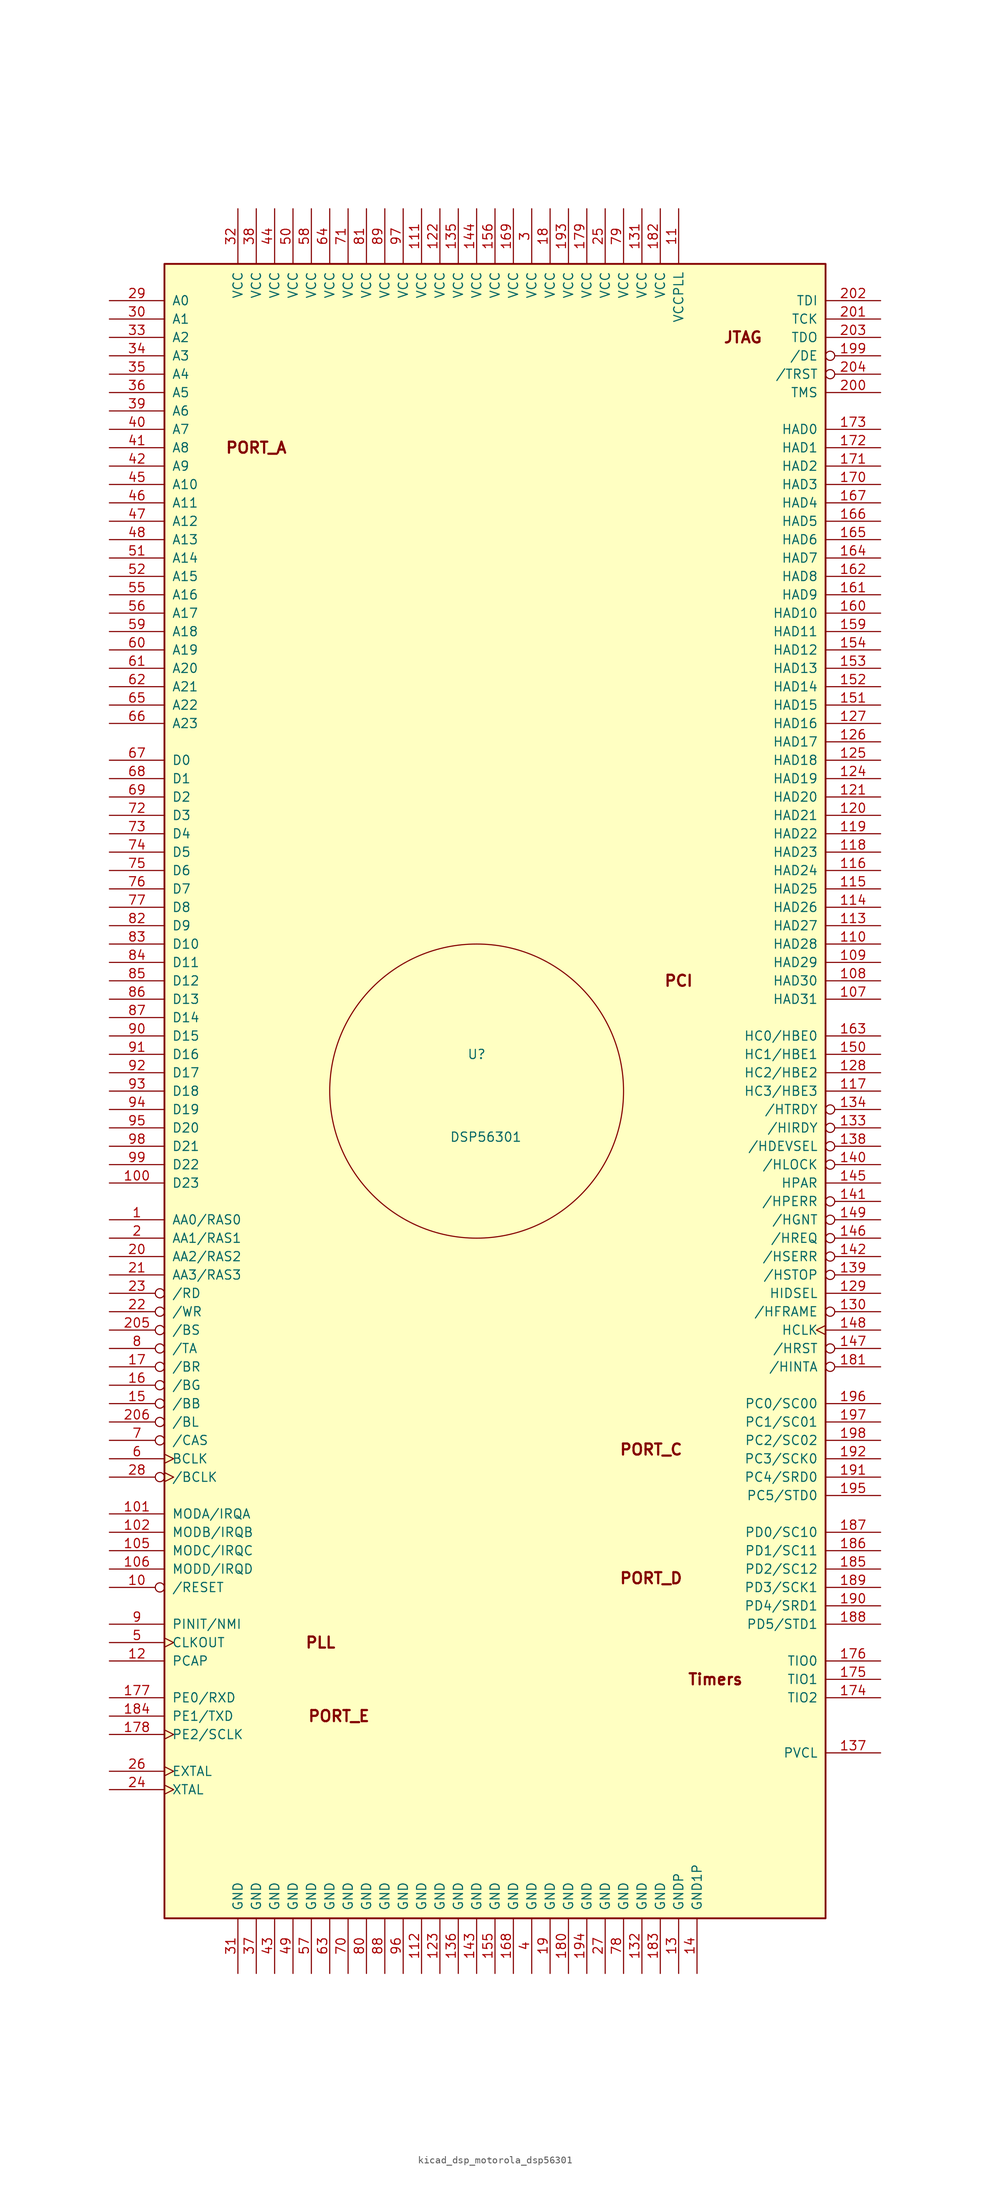
<source format=kicad_sym>
(kicad_symbol_lib
  (version 20220914)
  (generator kicad_symbol_editor)
  (symbol "kicad_dsp_motorola_dsp56301"
    (pin_names
      (offset 1.016))
    (property "Reference" "U"
      (at 0 2.54 0)
      (effects (font (size 1.27 1.27))))
    (property "Value" "DSP56301"
      (at 1.27 -8.89 0)
      (effects (font (size 1.27 1.27))))
    (symbol "kicad_dsp_motorola_dsp56301_0_1"
      (rectangle (start -43.18 111.76) (end 48.26 -116.84) (stroke (width 0.254) (type default)) (fill (type background)))
      (circle (center 0 -2.54) (radius 20.32) (stroke (width 0) (type default)) (fill (type none)))
      (text "JTAG" (at 36.83 101.6 0) (effects (font (size 1.524 1.524) bold)))
      (text "PCI" (at 27.94 12.7 0) (effects (font (size 1.524 1.524) bold)))
      (text "PLL" (at -21.59 -78.74 0) (effects (font (size 1.524 1.524) bold)))
      (text "PORT_A" (at -30.48 86.36 0) (effects (font (size 1.524 1.524) bold)))
      (text "PORT_C" (at 24.13 -52.07 0) (effects (font (size 1.524 1.524) bold)))
      (text "PORT_D" (at 24.13 -69.85 0) (effects (font (size 1.524 1.524) bold)))
      (text "PORT_E" (at -19.05 -88.9 0) (effects (font (size 1.524 1.524) bold)))
      (text "Timers" (at 33.02 -83.82 0) (effects (font (size 1.524 1.524) bold))))
    (symbol "kicad_dsp_motorola_dsp56301_1_1"
      (pin output line (at -50.8 -20.32 0) (length 7.62) (name "AA0/RAS0" (effects (font (size 1.27 1.27)))) (number "1" (effects (font (size 1.27 1.27)))))
      (pin input inverted (at -50.8 -71.12 0) (length 7.62) (name "/RESET" (effects (font (size 1.27 1.27)))) (number "10" (effects (font (size 1.27 1.27)))))
      (pin bidirectional line (at -50.8 -15.24 0) (length 7.62) (name "D23" (effects (font (size 1.27 1.27)))) (number "100" (effects (font (size 1.27 1.27)))))
      (pin input line (at -50.8 -60.96 0) (length 7.62) (name "MODA/IRQA" (effects (font (size 1.27 1.27)))) (number "101" (effects (font (size 1.27 1.27)))))
      (pin input line (at -50.8 -63.5 0) (length 7.62) (name "MODB/IRQB" (effects (font (size 1.27 1.27)))) (number "102" (effects (font (size 1.27 1.27)))))
      (pin input line (at -50.8 -66.04 0) (length 7.62) (name "MODC/IRQC" (effects (font (size 1.27 1.27)))) (number "105" (effects (font (size 1.27 1.27)))))
      (pin input line (at -50.8 -68.58 0) (length 7.62) (name "MODD/IRQD" (effects (font (size 1.27 1.27)))) (number "106" (effects (font (size 1.27 1.27)))))
      (pin bidirectional line (at 55.88 10.16 180) (length 7.62) (name "HAD31" (effects (font (size 1.27 1.27)))) (number "107" (effects (font (size 1.27 1.27)))))
      (pin bidirectional line (at 55.88 12.7 180) (length 7.62) (name "HAD30" (effects (font (size 1.27 1.27)))) (number "108" (effects (font (size 1.27 1.27)))))
      (pin bidirectional line (at 55.88 15.24 180) (length 7.62) (name "HAD29" (effects (font (size 1.27 1.27)))) (number "109" (effects (font (size 1.27 1.27)))))
      (pin power_in line (at 27.94 119.38 270) (length 7.62) (name "VCCPLL" (effects (font (size 1.27 1.27)))) (number "11" (effects (font (size 1.27 1.27)))))
      (pin bidirectional line (at 55.88 17.78 180) (length 7.62) (name "HAD28" (effects (font (size 1.27 1.27)))) (number "110" (effects (font (size 1.27 1.27)))))
      (pin power_in line (at -7.62 119.38 270) (length 7.62) (name "VCC" (effects (font (size 1.27 1.27)))) (number "111" (effects (font (size 1.27 1.27)))))
      (pin power_in line (at -7.62 -124.46 90) (length 7.62) (name "GND" (effects (font (size 1.27 1.27)))) (number "112" (effects (font (size 1.27 1.27)))))
      (pin bidirectional line (at 55.88 20.32 180) (length 7.62) (name "HAD27" (effects (font (size 1.27 1.27)))) (number "113" (effects (font (size 1.27 1.27)))))
      (pin bidirectional line (at 55.88 22.86 180) (length 7.62) (name "HAD26" (effects (font (size 1.27 1.27)))) (number "114" (effects (font (size 1.27 1.27)))))
      (pin bidirectional line (at 55.88 25.4 180) (length 7.62) (name "HAD25" (effects (font (size 1.27 1.27)))) (number "115" (effects (font (size 1.27 1.27)))))
      (pin bidirectional line (at 55.88 27.94 180) (length 7.62) (name "HAD24" (effects (font (size 1.27 1.27)))) (number "116" (effects (font (size 1.27 1.27)))))
      (pin bidirectional line (at 55.88 -2.54 180) (length 7.62) (name "HC3/HBE3" (effects (font (size 1.27 1.27)))) (number "117" (effects (font (size 1.27 1.27)))))
      (pin bidirectional line (at 55.88 30.48 180) (length 7.62) (name "HAD23" (effects (font (size 1.27 1.27)))) (number "118" (effects (font (size 1.27 1.27)))))
      (pin bidirectional line (at 55.88 33.02 180) (length 7.62) (name "HAD22" (effects (font (size 1.27 1.27)))) (number "119" (effects (font (size 1.27 1.27)))))
      (pin input line (at -50.8 -81.28 0) (length 7.62) (name "PCAP" (effects (font (size 1.27 1.27)))) (number "12" (effects (font (size 1.27 1.27)))))
      (pin bidirectional line (at 55.88 35.56 180) (length 7.62) (name "HAD21" (effects (font (size 1.27 1.27)))) (number "120" (effects (font (size 1.27 1.27)))))
      (pin bidirectional line (at 55.88 38.1 180) (length 7.62) (name "HAD20" (effects (font (size 1.27 1.27)))) (number "121" (effects (font (size 1.27 1.27)))))
      (pin power_in line (at -5.08 119.38 270) (length 7.62) (name "VCC" (effects (font (size 1.27 1.27)))) (number "122" (effects (font (size 1.27 1.27)))))
      (pin power_in line (at -5.08 -124.46 90) (length 7.62) (name "GND" (effects (font (size 1.27 1.27)))) (number "123" (effects (font (size 1.27 1.27)))))
      (pin bidirectional line (at 55.88 40.64 180) (length 7.62) (name "HAD19" (effects (font (size 1.27 1.27)))) (number "124" (effects (font (size 1.27 1.27)))))
      (pin bidirectional line (at 55.88 43.18 180) (length 7.62) (name "HAD18" (effects (font (size 1.27 1.27)))) (number "125" (effects (font (size 1.27 1.27)))))
      (pin bidirectional line (at 55.88 45.72 180) (length 7.62) (name "HAD17" (effects (font (size 1.27 1.27)))) (number "126" (effects (font (size 1.27 1.27)))))
      (pin bidirectional line (at 55.88 48.26 180) (length 7.62) (name "HAD16" (effects (font (size 1.27 1.27)))) (number "127" (effects (font (size 1.27 1.27)))))
      (pin bidirectional line (at 55.88 0 180) (length 7.62) (name "HC2/HBE2" (effects (font (size 1.27 1.27)))) (number "128" (effects (font (size 1.27 1.27)))))
      (pin input line (at 55.88 -30.48 180) (length 7.62) (name "HIDSEL" (effects (font (size 1.27 1.27)))) (number "129" (effects (font (size 1.27 1.27)))))
      (pin power_in line (at 27.94 -124.46 90) (length 7.62) (name "GNDP" (effects (font (size 1.27 1.27)))) (number "13" (effects (font (size 1.27 1.27)))))
      (pin bidirectional inverted (at 55.88 -33.02 180) (length 7.62) (name "/HFRAME" (effects (font (size 1.27 1.27)))) (number "130" (effects (font (size 1.27 1.27)))))
      (pin power_in line (at 22.86 119.38 270) (length 7.62) (name "VCC" (effects (font (size 1.27 1.27)))) (number "131" (effects (font (size 1.27 1.27)))))
      (pin power_in line (at 22.86 -124.46 90) (length 7.62) (name "GND" (effects (font (size 1.27 1.27)))) (number "132" (effects (font (size 1.27 1.27)))))
      (pin bidirectional inverted (at 55.88 -7.62 180) (length 7.62) (name "/HIRDY" (effects (font (size 1.27 1.27)))) (number "133" (effects (font (size 1.27 1.27)))))
      (pin bidirectional inverted (at 55.88 -5.08 180) (length 7.62) (name "/HTRDY" (effects (font (size 1.27 1.27)))) (number "134" (effects (font (size 1.27 1.27)))))
      (pin power_in line (at -2.54 119.38 270) (length 7.62) (name "VCC" (effects (font (size 1.27 1.27)))) (number "135" (effects (font (size 1.27 1.27)))))
      (pin power_in line (at -2.54 -124.46 90) (length 7.62) (name "GND" (effects (font (size 1.27 1.27)))) (number "136" (effects (font (size 1.27 1.27)))))
      (pin input line (at 55.88 -93.98 180) (length 7.62) (name "PVCL" (effects (font (size 1.27 1.27)))) (number "137" (effects (font (size 1.27 1.27)))))
      (pin bidirectional inverted (at 55.88 -10.16 180) (length 7.62) (name "/HDEVSEL" (effects (font (size 1.27 1.27)))) (number "138" (effects (font (size 1.27 1.27)))))
      (pin bidirectional inverted (at 55.88 -27.94 180) (length 7.62) (name "/HSTOP" (effects (font (size 1.27 1.27)))) (number "139" (effects (font (size 1.27 1.27)))))
      (pin power_in line (at 30.48 -124.46 90) (length 7.62) (name "GND1P" (effects (font (size 1.27 1.27)))) (number "14" (effects (font (size 1.27 1.27)))))
      (pin bidirectional inverted (at 55.88 -12.7 180) (length 7.62) (name "/HLOCK" (effects (font (size 1.27 1.27)))) (number "140" (effects (font (size 1.27 1.27)))))
      (pin bidirectional inverted (at 55.88 -17.78 180) (length 7.62) (name "/HPERR" (effects (font (size 1.27 1.27)))) (number "141" (effects (font (size 1.27 1.27)))))
      (pin output inverted (at 55.88 -25.4 180) (length 7.62) (name "/HSERR" (effects (font (size 1.27 1.27)))) (number "142" (effects (font (size 1.27 1.27)))))
      (pin power_in line (at 0 -124.46 90) (length 7.62) (name "GND" (effects (font (size 1.27 1.27)))) (number "143" (effects (font (size 1.27 1.27)))))
      (pin power_in line (at 0 119.38 270) (length 7.62) (name "VCC" (effects (font (size 1.27 1.27)))) (number "144" (effects (font (size 1.27 1.27)))))
      (pin bidirectional line (at 55.88 -15.24 180) (length 7.62) (name "HPAR" (effects (font (size 1.27 1.27)))) (number "145" (effects (font (size 1.27 1.27)))))
      (pin output inverted (at 55.88 -22.86 180) (length 7.62) (name "/HREQ" (effects (font (size 1.27 1.27)))) (number "146" (effects (font (size 1.27 1.27)))))
      (pin input inverted (at 55.88 -38.1 180) (length 7.62) (name "/HRST" (effects (font (size 1.27 1.27)))) (number "147" (effects (font (size 1.27 1.27)))))
      (pin input clock (at 55.88 -35.56 180) (length 7.62) (name "HCLK" (effects (font (size 1.27 1.27)))) (number "148" (effects (font (size 1.27 1.27)))))
      (pin input inverted (at 55.88 -20.32 180) (length 7.62) (name "/HGNT" (effects (font (size 1.27 1.27)))) (number "149" (effects (font (size 1.27 1.27)))))
      (pin bidirectional inverted (at -50.8 -45.72 0) (length 7.62) (name "/BB" (effects (font (size 1.27 1.27)))) (number "15" (effects (font (size 1.27 1.27)))))
      (pin bidirectional line (at 55.88 2.54 180) (length 7.62) (name "HC1/HBE1" (effects (font (size 1.27 1.27)))) (number "150" (effects (font (size 1.27 1.27)))))
      (pin bidirectional line (at 55.88 50.8 180) (length 7.62) (name "HAD15" (effects (font (size 1.27 1.27)))) (number "151" (effects (font (size 1.27 1.27)))))
      (pin bidirectional line (at 55.88 53.34 180) (length 7.62) (name "HAD14" (effects (font (size 1.27 1.27)))) (number "152" (effects (font (size 1.27 1.27)))))
      (pin bidirectional line (at 55.88 55.88 180) (length 7.62) (name "HAD13" (effects (font (size 1.27 1.27)))) (number "153" (effects (font (size 1.27 1.27)))))
      (pin bidirectional line (at 55.88 58.42 180) (length 7.62) (name "HAD12" (effects (font (size 1.27 1.27)))) (number "154" (effects (font (size 1.27 1.27)))))
      (pin power_in line (at 2.54 -124.46 90) (length 7.62) (name "GND" (effects (font (size 1.27 1.27)))) (number "155" (effects (font (size 1.27 1.27)))))
      (pin power_in line (at 2.54 119.38 270) (length 7.62) (name "VCC" (effects (font (size 1.27 1.27)))) (number "156" (effects (font (size 1.27 1.27)))))
      (pin bidirectional line (at 55.88 60.96 180) (length 7.62) (name "HAD11" (effects (font (size 1.27 1.27)))) (number "159" (effects (font (size 1.27 1.27)))))
      (pin input inverted (at -50.8 -43.18 0) (length 7.62) (name "/BG" (effects (font (size 1.27 1.27)))) (number "16" (effects (font (size 1.27 1.27)))))
      (pin bidirectional line (at 55.88 63.5 180) (length 7.62) (name "HAD10" (effects (font (size 1.27 1.27)))) (number "160" (effects (font (size 1.27 1.27)))))
      (pin bidirectional line (at 55.88 66.04 180) (length 7.62) (name "HAD9" (effects (font (size 1.27 1.27)))) (number "161" (effects (font (size 1.27 1.27)))))
      (pin bidirectional line (at 55.88 68.58 180) (length 7.62) (name "HAD8" (effects (font (size 1.27 1.27)))) (number "162" (effects (font (size 1.27 1.27)))))
      (pin bidirectional line (at 55.88 5.08 180) (length 7.62) (name "HC0/HBE0" (effects (font (size 1.27 1.27)))) (number "163" (effects (font (size 1.27 1.27)))))
      (pin bidirectional line (at 55.88 71.12 180) (length 7.62) (name "HAD7" (effects (font (size 1.27 1.27)))) (number "164" (effects (font (size 1.27 1.27)))))
      (pin bidirectional line (at 55.88 73.66 180) (length 7.62) (name "HAD6" (effects (font (size 1.27 1.27)))) (number "165" (effects (font (size 1.27 1.27)))))
      (pin bidirectional line (at 55.88 76.2 180) (length 7.62) (name "HAD5" (effects (font (size 1.27 1.27)))) (number "166" (effects (font (size 1.27 1.27)))))
      (pin bidirectional line (at 55.88 78.74 180) (length 7.62) (name "HAD4" (effects (font (size 1.27 1.27)))) (number "167" (effects (font (size 1.27 1.27)))))
      (pin power_in line (at 5.08 -124.46 90) (length 7.62) (name "GND" (effects (font (size 1.27 1.27)))) (number "168" (effects (font (size 1.27 1.27)))))
      (pin power_in line (at 5.08 119.38 270) (length 7.62) (name "VCC" (effects (font (size 1.27 1.27)))) (number "169" (effects (font (size 1.27 1.27)))))
      (pin output inverted (at -50.8 -40.64 0) (length 7.62) (name "/BR" (effects (font (size 1.27 1.27)))) (number "17" (effects (font (size 1.27 1.27)))))
      (pin bidirectional line (at 55.88 81.28 180) (length 7.62) (name "HAD3" (effects (font (size 1.27 1.27)))) (number "170" (effects (font (size 1.27 1.27)))))
      (pin bidirectional line (at 55.88 83.82 180) (length 7.62) (name "HAD2" (effects (font (size 1.27 1.27)))) (number "171" (effects (font (size 1.27 1.27)))))
      (pin bidirectional line (at 55.88 86.36 180) (length 7.62) (name "HAD1" (effects (font (size 1.27 1.27)))) (number "172" (effects (font (size 1.27 1.27)))))
      (pin bidirectional line (at 55.88 88.9 180) (length 7.62) (name "HAD0" (effects (font (size 1.27 1.27)))) (number "173" (effects (font (size 1.27 1.27)))))
      (pin bidirectional line (at 55.88 -86.36 180) (length 7.62) (name "TIO2" (effects (font (size 1.27 1.27)))) (number "174" (effects (font (size 1.27 1.27)))))
      (pin bidirectional line (at 55.88 -83.82 180) (length 7.62) (name "TIO1" (effects (font (size 1.27 1.27)))) (number "175" (effects (font (size 1.27 1.27)))))
      (pin bidirectional line (at 55.88 -81.28 180) (length 7.62) (name "TIO0" (effects (font (size 1.27 1.27)))) (number "176" (effects (font (size 1.27 1.27)))))
      (pin bidirectional line (at -50.8 -86.36 0) (length 7.62) (name "PE0/RXD" (effects (font (size 1.27 1.27)))) (number "177" (effects (font (size 1.27 1.27)))))
      (pin bidirectional clock (at -50.8 -91.44 0) (length 7.62) (name "PE2/SCLK" (effects (font (size 1.27 1.27)))) (number "178" (effects (font (size 1.27 1.27)))))
      (pin power_in line (at 15.24 119.38 270) (length 7.62) (name "VCC" (effects (font (size 1.27 1.27)))) (number "179" (effects (font (size 1.27 1.27)))))
      (pin power_in line (at 10.16 119.38 270) (length 7.62) (name "VCC" (effects (font (size 1.27 1.27)))) (number "18" (effects (font (size 1.27 1.27)))))
      (pin power_in line (at 12.7 -124.46 90) (length 7.62) (name "GND" (effects (font (size 1.27 1.27)))) (number "180" (effects (font (size 1.27 1.27)))))
      (pin output inverted (at 55.88 -40.64 180) (length 7.62) (name "/HINTA" (effects (font (size 1.27 1.27)))) (number "181" (effects (font (size 1.27 1.27)))))
      (pin power_in line (at 25.4 119.38 270) (length 7.62) (name "VCC" (effects (font (size 1.27 1.27)))) (number "182" (effects (font (size 1.27 1.27)))))
      (pin power_in line (at 25.4 -124.46 90) (length 7.62) (name "GND" (effects (font (size 1.27 1.27)))) (number "183" (effects (font (size 1.27 1.27)))))
      (pin bidirectional line (at -50.8 -88.9 0) (length 7.62) (name "PE1/TXD" (effects (font (size 1.27 1.27)))) (number "184" (effects (font (size 1.27 1.27)))))
      (pin bidirectional line (at 55.88 -68.58 180) (length 7.62) (name "PD2/SC12" (effects (font (size 1.27 1.27)))) (number "185" (effects (font (size 1.27 1.27)))))
      (pin bidirectional line (at 55.88 -66.04 180) (length 7.62) (name "PD1/SC11" (effects (font (size 1.27 1.27)))) (number "186" (effects (font (size 1.27 1.27)))))
      (pin bidirectional line (at 55.88 -63.5 180) (length 7.62) (name "PD0/SC10" (effects (font (size 1.27 1.27)))) (number "187" (effects (font (size 1.27 1.27)))))
      (pin bidirectional line (at 55.88 -76.2 180) (length 7.62) (name "PD5/STD1" (effects (font (size 1.27 1.27)))) (number "188" (effects (font (size 1.27 1.27)))))
      (pin bidirectional line (at 55.88 -71.12 180) (length 7.62) (name "PD3/SCK1" (effects (font (size 1.27 1.27)))) (number "189" (effects (font (size 1.27 1.27)))))
      (pin power_in line (at 10.16 -124.46 90) (length 7.62) (name "GND" (effects (font (size 1.27 1.27)))) (number "19" (effects (font (size 1.27 1.27)))))
      (pin bidirectional line (at 55.88 -73.66 180) (length 7.62) (name "PD4/SRD1" (effects (font (size 1.27 1.27)))) (number "190" (effects (font (size 1.27 1.27)))))
      (pin bidirectional line (at 55.88 -55.88 180) (length 7.62) (name "PC4/SRD0" (effects (font (size 1.27 1.27)))) (number "191" (effects (font (size 1.27 1.27)))))
      (pin bidirectional line (at 55.88 -53.34 180) (length 7.62) (name "PC3/SCK0" (effects (font (size 1.27 1.27)))) (number "192" (effects (font (size 1.27 1.27)))))
      (pin power_in line (at 12.7 119.38 270) (length 7.62) (name "VCC" (effects (font (size 1.27 1.27)))) (number "193" (effects (font (size 1.27 1.27)))))
      (pin power_in line (at 15.24 -124.46 90) (length 7.62) (name "GND" (effects (font (size 1.27 1.27)))) (number "194" (effects (font (size 1.27 1.27)))))
      (pin bidirectional line (at 55.88 -58.42 180) (length 7.62) (name "PC5/STD0" (effects (font (size 1.27 1.27)))) (number "195" (effects (font (size 1.27 1.27)))))
      (pin bidirectional line (at 55.88 -45.72 180) (length 7.62) (name "PC0/SC00" (effects (font (size 1.27 1.27)))) (number "196" (effects (font (size 1.27 1.27)))))
      (pin bidirectional line (at 55.88 -48.26 180) (length 7.62) (name "PC1/SC01" (effects (font (size 1.27 1.27)))) (number "197" (effects (font (size 1.27 1.27)))))
      (pin bidirectional line (at 55.88 -50.8 180) (length 7.62) (name "PC2/SC02" (effects (font (size 1.27 1.27)))) (number "198" (effects (font (size 1.27 1.27)))))
      (pin output inverted (at 55.88 99.06 180) (length 7.62) (name "/DE" (effects (font (size 1.27 1.27)))) (number "199" (effects (font (size 1.27 1.27)))))
      (pin output line (at -50.8 -22.86 0) (length 7.62) (name "AA1/RAS1" (effects (font (size 1.27 1.27)))) (number "2" (effects (font (size 1.27 1.27)))))
      (pin output line (at -50.8 -25.4 0) (length 7.62) (name "AA2/RAS2" (effects (font (size 1.27 1.27)))) (number "20" (effects (font (size 1.27 1.27)))))
      (pin input line (at 55.88 93.98 180) (length 7.62) (name "TMS" (effects (font (size 1.27 1.27)))) (number "200" (effects (font (size 1.27 1.27)))))
      (pin input line (at 55.88 104.14 180) (length 7.62) (name "TCK" (effects (font (size 1.27 1.27)))) (number "201" (effects (font (size 1.27 1.27)))))
      (pin input line (at 55.88 106.68 180) (length 7.62) (name "TDI" (effects (font (size 1.27 1.27)))) (number "202" (effects (font (size 1.27 1.27)))))
      (pin output line (at 55.88 101.6 180) (length 7.62) (name "TDO" (effects (font (size 1.27 1.27)))) (number "203" (effects (font (size 1.27 1.27)))))
      (pin input inverted (at 55.88 96.52 180) (length 7.62) (name "/TRST" (effects (font (size 1.27 1.27)))) (number "204" (effects (font (size 1.27 1.27)))))
      (pin output inverted (at -50.8 -35.56 0) (length 7.62) (name "/BS" (effects (font (size 1.27 1.27)))) (number "205" (effects (font (size 1.27 1.27)))))
      (pin output inverted (at -50.8 -48.26 0) (length 7.62) (name "/BL" (effects (font (size 1.27 1.27)))) (number "206" (effects (font (size 1.27 1.27)))))
      (pin output line (at -50.8 -27.94 0) (length 7.62) (name "AA3/RAS3" (effects (font (size 1.27 1.27)))) (number "21" (effects (font (size 1.27 1.27)))))
      (pin output inverted (at -50.8 -33.02 0) (length 7.62) (name "/WR" (effects (font (size 1.27 1.27)))) (number "22" (effects (font (size 1.27 1.27)))))
      (pin output inverted (at -50.8 -30.48 0) (length 7.62) (name "/RD" (effects (font (size 1.27 1.27)))) (number "23" (effects (font (size 1.27 1.27)))))
      (pin output clock (at -50.8 -99.06 0) (length 7.62) (name "XTAL" (effects (font (size 1.27 1.27)))) (number "24" (effects (font (size 1.27 1.27)))))
      (pin power_in line (at 17.78 119.38 270) (length 7.62) (name "VCC" (effects (font (size 1.27 1.27)))) (number "25" (effects (font (size 1.27 1.27)))))
      (pin input clock (at -50.8 -96.52 0) (length 7.62) (name "EXTAL" (effects (font (size 1.27 1.27)))) (number "26" (effects (font (size 1.27 1.27)))))
      (pin power_in line (at 17.78 -124.46 90) (length 7.62) (name "GND" (effects (font (size 1.27 1.27)))) (number "27" (effects (font (size 1.27 1.27)))))
      (pin output inverted_clock (at -50.8 -55.88 0) (length 7.62) (name "/BCLK" (effects (font (size 1.27 1.27)))) (number "28" (effects (font (size 1.27 1.27)))))
      (pin output line (at -50.8 106.68 0) (length 7.62) (name "A0" (effects (font (size 1.27 1.27)))) (number "29" (effects (font (size 1.27 1.27)))))
      (pin power_in line (at 7.62 119.38 270) (length 7.62) (name "VCC" (effects (font (size 1.27 1.27)))) (number "3" (effects (font (size 1.27 1.27)))))
      (pin output line (at -50.8 104.14 0) (length 7.62) (name "A1" (effects (font (size 1.27 1.27)))) (number "30" (effects (font (size 1.27 1.27)))))
      (pin power_in line (at -33.02 -124.46 90) (length 7.62) (name "GND" (effects (font (size 1.27 1.27)))) (number "31" (effects (font (size 1.27 1.27)))))
      (pin power_in line (at -33.02 119.38 270) (length 7.62) (name "VCC" (effects (font (size 1.27 1.27)))) (number "32" (effects (font (size 1.27 1.27)))))
      (pin output line (at -50.8 101.6 0) (length 7.62) (name "A2" (effects (font (size 1.27 1.27)))) (number "33" (effects (font (size 1.27 1.27)))))
      (pin output line (at -50.8 99.06 0) (length 7.62) (name "A3" (effects (font (size 1.27 1.27)))) (number "34" (effects (font (size 1.27 1.27)))))
      (pin output line (at -50.8 96.52 0) (length 7.62) (name "A4" (effects (font (size 1.27 1.27)))) (number "35" (effects (font (size 1.27 1.27)))))
      (pin output line (at -50.8 93.98 0) (length 7.62) (name "A5" (effects (font (size 1.27 1.27)))) (number "36" (effects (font (size 1.27 1.27)))))
      (pin power_in line (at -30.48 -124.46 90) (length 7.62) (name "GND" (effects (font (size 1.27 1.27)))) (number "37" (effects (font (size 1.27 1.27)))))
      (pin power_in line (at -30.48 119.38 270) (length 7.62) (name "VCC" (effects (font (size 1.27 1.27)))) (number "38" (effects (font (size 1.27 1.27)))))
      (pin output line (at -50.8 91.44 0) (length 7.62) (name "A6" (effects (font (size 1.27 1.27)))) (number "39" (effects (font (size 1.27 1.27)))))
      (pin power_in line (at 7.62 -124.46 90) (length 7.62) (name "GND" (effects (font (size 1.27 1.27)))) (number "4" (effects (font (size 1.27 1.27)))))
      (pin output line (at -50.8 88.9 0) (length 7.62) (name "A7" (effects (font (size 1.27 1.27)))) (number "40" (effects (font (size 1.27 1.27)))))
      (pin output line (at -50.8 86.36 0) (length 7.62) (name "A8" (effects (font (size 1.27 1.27)))) (number "41" (effects (font (size 1.27 1.27)))))
      (pin output line (at -50.8 83.82 0) (length 7.62) (name "A9" (effects (font (size 1.27 1.27)))) (number "42" (effects (font (size 1.27 1.27)))))
      (pin power_in line (at -27.94 -124.46 90) (length 7.62) (name "GND" (effects (font (size 1.27 1.27)))) (number "43" (effects (font (size 1.27 1.27)))))
      (pin power_in line (at -27.94 119.38 270) (length 7.62) (name "VCC" (effects (font (size 1.27 1.27)))) (number "44" (effects (font (size 1.27 1.27)))))
      (pin output line (at -50.8 81.28 0) (length 7.62) (name "A10" (effects (font (size 1.27 1.27)))) (number "45" (effects (font (size 1.27 1.27)))))
      (pin output line (at -50.8 78.74 0) (length 7.62) (name "A11" (effects (font (size 1.27 1.27)))) (number "46" (effects (font (size 1.27 1.27)))))
      (pin output line (at -50.8 76.2 0) (length 7.62) (name "A12" (effects (font (size 1.27 1.27)))) (number "47" (effects (font (size 1.27 1.27)))))
      (pin output line (at -50.8 73.66 0) (length 7.62) (name "A13" (effects (font (size 1.27 1.27)))) (number "48" (effects (font (size 1.27 1.27)))))
      (pin power_in line (at -25.4 -124.46 90) (length 7.62) (name "GND" (effects (font (size 1.27 1.27)))) (number "49" (effects (font (size 1.27 1.27)))))
      (pin output clock (at -50.8 -78.74 0) (length 7.62) (name "CLKOUT" (effects (font (size 1.27 1.27)))) (number "5" (effects (font (size 1.27 1.27)))))
      (pin power_in line (at -25.4 119.38 270) (length 7.62) (name "VCC" (effects (font (size 1.27 1.27)))) (number "50" (effects (font (size 1.27 1.27)))))
      (pin output line (at -50.8 71.12 0) (length 7.62) (name "A14" (effects (font (size 1.27 1.27)))) (number "51" (effects (font (size 1.27 1.27)))))
      (pin output line (at -50.8 68.58 0) (length 7.62) (name "A15" (effects (font (size 1.27 1.27)))) (number "52" (effects (font (size 1.27 1.27)))))
      (pin output line (at -50.8 66.04 0) (length 7.62) (name "A16" (effects (font (size 1.27 1.27)))) (number "55" (effects (font (size 1.27 1.27)))))
      (pin output line (at -50.8 63.5 0) (length 7.62) (name "A17" (effects (font (size 1.27 1.27)))) (number "56" (effects (font (size 1.27 1.27)))))
      (pin power_in line (at -22.86 -124.46 90) (length 7.62) (name "GND" (effects (font (size 1.27 1.27)))) (number "57" (effects (font (size 1.27 1.27)))))
      (pin power_in line (at -22.86 119.38 270) (length 7.62) (name "VCC" (effects (font (size 1.27 1.27)))) (number "58" (effects (font (size 1.27 1.27)))))
      (pin output line (at -50.8 60.96 0) (length 7.62) (name "A18" (effects (font (size 1.27 1.27)))) (number "59" (effects (font (size 1.27 1.27)))))
      (pin output clock (at -50.8 -53.34 0) (length 7.62) (name "BCLK" (effects (font (size 1.27 1.27)))) (number "6" (effects (font (size 1.27 1.27)))))
      (pin output line (at -50.8 58.42 0) (length 7.62) (name "A19" (effects (font (size 1.27 1.27)))) (number "60" (effects (font (size 1.27 1.27)))))
      (pin output line (at -50.8 55.88 0) (length 7.62) (name "A20" (effects (font (size 1.27 1.27)))) (number "61" (effects (font (size 1.27 1.27)))))
      (pin output line (at -50.8 53.34 0) (length 7.62) (name "A21" (effects (font (size 1.27 1.27)))) (number "62" (effects (font (size 1.27 1.27)))))
      (pin power_in line (at -20.32 -124.46 90) (length 7.62) (name "GND" (effects (font (size 1.27 1.27)))) (number "63" (effects (font (size 1.27 1.27)))))
      (pin power_in line (at -20.32 119.38 270) (length 7.62) (name "VCC" (effects (font (size 1.27 1.27)))) (number "64" (effects (font (size 1.27 1.27)))))
      (pin output line (at -50.8 50.8 0) (length 7.62) (name "A22" (effects (font (size 1.27 1.27)))) (number "65" (effects (font (size 1.27 1.27)))))
      (pin output line (at -50.8 48.26 0) (length 7.62) (name "A23" (effects (font (size 1.27 1.27)))) (number "66" (effects (font (size 1.27 1.27)))))
      (pin bidirectional line (at -50.8 43.18 0) (length 7.62) (name "D0" (effects (font (size 1.27 1.27)))) (number "67" (effects (font (size 1.27 1.27)))))
      (pin bidirectional line (at -50.8 40.64 0) (length 7.62) (name "D1" (effects (font (size 1.27 1.27)))) (number "68" (effects (font (size 1.27 1.27)))))
      (pin bidirectional line (at -50.8 38.1 0) (length 7.62) (name "D2" (effects (font (size 1.27 1.27)))) (number "69" (effects (font (size 1.27 1.27)))))
      (pin output inverted (at -50.8 -50.8 0) (length 7.62) (name "/CAS" (effects (font (size 1.27 1.27)))) (number "7" (effects (font (size 1.27 1.27)))))
      (pin power_in line (at -17.78 -124.46 90) (length 7.62) (name "GND" (effects (font (size 1.27 1.27)))) (number "70" (effects (font (size 1.27 1.27)))))
      (pin power_in line (at -17.78 119.38 270) (length 7.62) (name "VCC" (effects (font (size 1.27 1.27)))) (number "71" (effects (font (size 1.27 1.27)))))
      (pin bidirectional line (at -50.8 35.56 0) (length 7.62) (name "D3" (effects (font (size 1.27 1.27)))) (number "72" (effects (font (size 1.27 1.27)))))
      (pin bidirectional line (at -50.8 33.02 0) (length 7.62) (name "D4" (effects (font (size 1.27 1.27)))) (number "73" (effects (font (size 1.27 1.27)))))
      (pin bidirectional line (at -50.8 30.48 0) (length 7.62) (name "D5" (effects (font (size 1.27 1.27)))) (number "74" (effects (font (size 1.27 1.27)))))
      (pin bidirectional line (at -50.8 27.94 0) (length 7.62) (name "D6" (effects (font (size 1.27 1.27)))) (number "75" (effects (font (size 1.27 1.27)))))
      (pin bidirectional line (at -50.8 25.4 0) (length 7.62) (name "D7" (effects (font (size 1.27 1.27)))) (number "76" (effects (font (size 1.27 1.27)))))
      (pin bidirectional line (at -50.8 22.86 0) (length 7.62) (name "D8" (effects (font (size 1.27 1.27)))) (number "77" (effects (font (size 1.27 1.27)))))
      (pin power_in line (at 20.32 -124.46 90) (length 7.62) (name "GND" (effects (font (size 1.27 1.27)))) (number "78" (effects (font (size 1.27 1.27)))))
      (pin power_in line (at 20.32 119.38 270) (length 7.62) (name "VCC" (effects (font (size 1.27 1.27)))) (number "79" (effects (font (size 1.27 1.27)))))
      (pin input inverted (at -50.8 -38.1 0) (length 7.62) (name "/TA" (effects (font (size 1.27 1.27)))) (number "8" (effects (font (size 1.27 1.27)))))
      (pin power_in line (at -15.24 -124.46 90) (length 7.62) (name "GND" (effects (font (size 1.27 1.27)))) (number "80" (effects (font (size 1.27 1.27)))))
      (pin power_in line (at -15.24 119.38 270) (length 7.62) (name "VCC" (effects (font (size 1.27 1.27)))) (number "81" (effects (font (size 1.27 1.27)))))
      (pin bidirectional line (at -50.8 20.32 0) (length 7.62) (name "D9" (effects (font (size 1.27 1.27)))) (number "82" (effects (font (size 1.27 1.27)))))
      (pin bidirectional line (at -50.8 17.78 0) (length 7.62) (name "D10" (effects (font (size 1.27 1.27)))) (number "83" (effects (font (size 1.27 1.27)))))
      (pin bidirectional line (at -50.8 15.24 0) (length 7.62) (name "D11" (effects (font (size 1.27 1.27)))) (number "84" (effects (font (size 1.27 1.27)))))
      (pin bidirectional line (at -50.8 12.7 0) (length 7.62) (name "D12" (effects (font (size 1.27 1.27)))) (number "85" (effects (font (size 1.27 1.27)))))
      (pin bidirectional line (at -50.8 10.16 0) (length 7.62) (name "D13" (effects (font (size 1.27 1.27)))) (number "86" (effects (font (size 1.27 1.27)))))
      (pin bidirectional line (at -50.8 7.62 0) (length 7.62) (name "D14" (effects (font (size 1.27 1.27)))) (number "87" (effects (font (size 1.27 1.27)))))
      (pin power_in line (at -12.7 -124.46 90) (length 7.62) (name "GND" (effects (font (size 1.27 1.27)))) (number "88" (effects (font (size 1.27 1.27)))))
      (pin power_in line (at -12.7 119.38 270) (length 7.62) (name "VCC" (effects (font (size 1.27 1.27)))) (number "89" (effects (font (size 1.27 1.27)))))
      (pin input line (at -50.8 -76.2 0) (length 7.62) (name "PINIT/NMI" (effects (font (size 1.27 1.27)))) (number "9" (effects (font (size 1.27 1.27)))))
      (pin bidirectional line (at -50.8 5.08 0) (length 7.62) (name "D15" (effects (font (size 1.27 1.27)))) (number "90" (effects (font (size 1.27 1.27)))))
      (pin bidirectional line (at -50.8 2.54 0) (length 7.62) (name "D16" (effects (font (size 1.27 1.27)))) (number "91" (effects (font (size 1.27 1.27)))))
      (pin bidirectional line (at -50.8 0 0) (length 7.62) (name "D17" (effects (font (size 1.27 1.27)))) (number "92" (effects (font (size 1.27 1.27)))))
      (pin bidirectional line (at -50.8 -2.54 0) (length 7.62) (name "D18" (effects (font (size 1.27 1.27)))) (number "93" (effects (font (size 1.27 1.27)))))
      (pin bidirectional line (at -50.8 -5.08 0) (length 7.62) (name "D19" (effects (font (size 1.27 1.27)))) (number "94" (effects (font (size 1.27 1.27)))))
      (pin bidirectional line (at -50.8 -7.62 0) (length 7.62) (name "D20" (effects (font (size 1.27 1.27)))) (number "95" (effects (font (size 1.27 1.27)))))
      (pin power_in line (at -10.16 -124.46 90) (length 7.62) (name "GND" (effects (font (size 1.27 1.27)))) (number "96" (effects (font (size 1.27 1.27)))))
      (pin power_in line (at -10.16 119.38 270) (length 7.62) (name "VCC" (effects (font (size 1.27 1.27)))) (number "97" (effects (font (size 1.27 1.27)))))
      (pin bidirectional line (at -50.8 -10.16 0) (length 7.62) (name "D21" (effects (font (size 1.27 1.27)))) (number "98" (effects (font (size 1.27 1.27)))))
      (pin bidirectional line (at -50.8 -12.7 0) (length 7.62) (name "D22" (effects (font (size 1.27 1.27)))) (number "99" (effects (font (size 1.27 1.27))))))))
</source>
